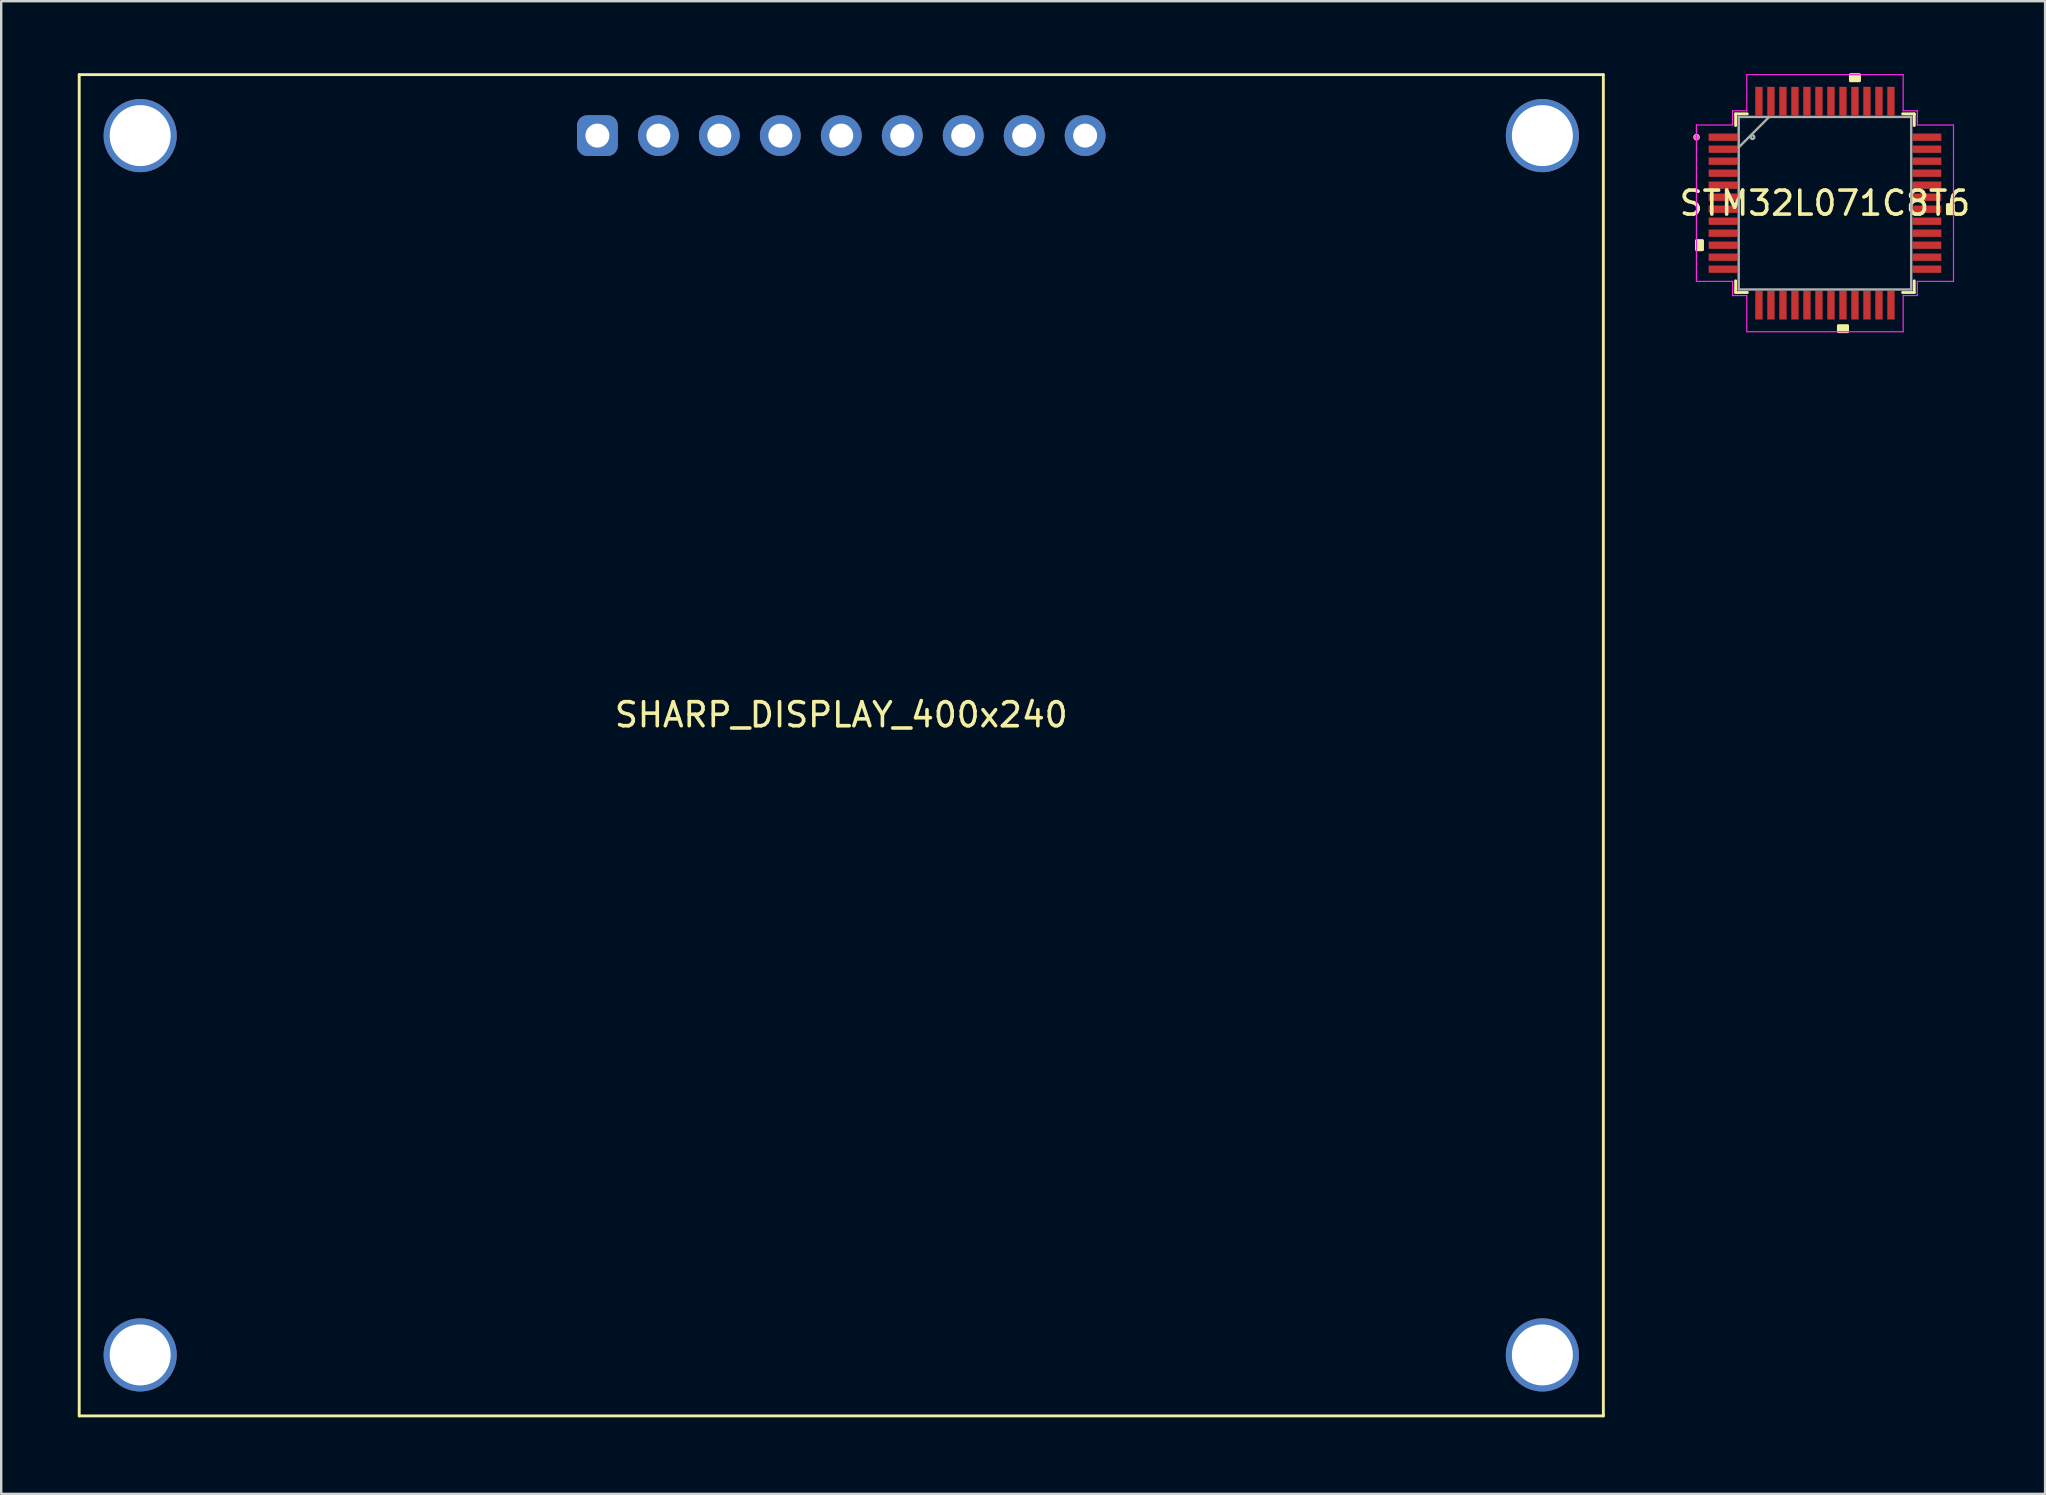
<source format=kicad_pcb>
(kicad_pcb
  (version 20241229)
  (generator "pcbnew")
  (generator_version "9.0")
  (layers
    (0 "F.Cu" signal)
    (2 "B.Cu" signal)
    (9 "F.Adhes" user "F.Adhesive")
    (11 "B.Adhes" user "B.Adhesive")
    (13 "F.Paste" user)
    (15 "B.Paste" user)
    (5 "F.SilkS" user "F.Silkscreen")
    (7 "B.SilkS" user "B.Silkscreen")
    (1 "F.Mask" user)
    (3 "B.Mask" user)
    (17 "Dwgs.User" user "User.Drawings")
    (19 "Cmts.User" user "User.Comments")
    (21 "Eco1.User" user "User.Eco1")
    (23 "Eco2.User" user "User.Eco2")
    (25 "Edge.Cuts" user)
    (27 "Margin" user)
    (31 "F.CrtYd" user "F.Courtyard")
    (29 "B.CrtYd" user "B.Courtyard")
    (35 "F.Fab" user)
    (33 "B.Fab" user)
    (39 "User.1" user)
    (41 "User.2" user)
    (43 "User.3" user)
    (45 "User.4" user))
  (footprint "STM32L071C8T6"
    (layer "F.Cu")
    (at 72.983 5.415)
    (property "Reference" "STM32L071C8T6" (at 0 0 0) (layer "F.SilkS") (effects (font (size 1 1) (thickness 0.15))))
    (attr through_hole)
    (fp_line (start -3.721 -3.721) (end -3.721 -3.235) (stroke (width 0.12) (type solid)) (layer "F.SilkS"))
    (fp_line (start -3.721 3.235) (end -3.721 3.721) (stroke (width 0.12) (type solid)) (layer "F.SilkS"))
    (fp_line (start -3.721 3.721) (end -3.235 3.721) (stroke (width 0.12) (type solid)) (layer "F.SilkS"))
    (fp_line (start -3.235 -3.721) (end -3.721 -3.721) (stroke (width 0.12) (type solid)) (layer "F.SilkS"))
    (fp_line (start 3.235 3.721) (end 3.721 3.721) (stroke (width 0.12) (type solid)) (layer "F.SilkS"))
    (fp_line (start 3.721 -3.721) (end 3.235 -3.721) (stroke (width 0.12) (type solid)) (layer "F.SilkS"))
    (fp_line (start 3.721 -3.235) (end 3.721 -3.721) (stroke (width 0.12) (type solid)) (layer "F.SilkS"))
    (fp_line (start 3.721 3.721) (end 3.721 3.235) (stroke (width 0.12) (type solid)) (layer "F.SilkS"))
    (fp_circle (center -5.351 -2.75) (end -5.275 -2.75) (stroke (width 0.12) (type solid)) (fill no) (layer "F.SilkS"))
    (fp_poly (pts (xy -5.355 1.559) (xy -5.355 1.94) (xy -5.101 1.94) (xy -5.101 1.559)) (stroke (width 0.12) (type solid)) (fill yes) (layer "F.SilkS"))
    (fp_poly (pts (xy 0.56 5.101) (xy 0.56 5.355) (xy 0.941 5.355) (xy 0.941 5.101)) (stroke (width 0.12) (type solid)) (fill yes) (layer "F.SilkS"))
    (fp_poly (pts (xy 1.06 -5.101) (xy 1.06 -5.355) (xy 1.44 -5.355) (xy 1.44 -5.101)) (stroke (width 0.12) (type solid)) (fill yes) (layer "F.SilkS"))
    (fp_poly (pts (xy 5.355 0.059) (xy 5.355 0.441) (xy 5.101 0.441) (xy 5.101 0.059)) (stroke (width 0.12) (type solid)) (fill yes) (layer "F.SilkS"))
    (fp_line (start -5.355 -3.258) (end -3.848 -3.258) (stroke (width 0.05) (type solid)) (layer "F.CrtYd"))
    (fp_line (start -5.355 3.258) (end -5.355 -3.258) (stroke (width 0.05) (type solid)) (layer "F.CrtYd"))
    (fp_line (start -3.848 -3.848) (end -3.258 -3.848) (stroke (width 0.05) (type solid)) (layer "F.CrtYd"))
    (fp_line (start -3.848 -3.258) (end -3.848 -3.848) (stroke (width 0.05) (type solid)) (layer "F.CrtYd"))
    (fp_line (start -3.848 3.258) (end -5.355 3.258) (stroke (width 0.05) (type solid)) (layer "F.CrtYd"))
    (fp_line (start -3.848 3.848) (end -3.848 3.258) (stroke (width 0.05) (type solid)) (layer "F.CrtYd"))
    (fp_line (start -3.258 -5.355) (end 3.258 -5.355) (stroke (width 0.05) (type solid)) (layer "F.CrtYd"))
    (fp_line (start -3.258 -3.848) (end -3.258 -5.355) (stroke (width 0.05) (type solid)) (layer "F.CrtYd"))
    (fp_line (start -3.258 3.848) (end -3.848 3.848) (stroke (width 0.05) (type solid)) (layer "F.CrtYd"))
    (fp_line (start -3.258 5.355) (end -3.258 3.848) (stroke (width 0.05) (type solid)) (layer "F.CrtYd"))
    (fp_line (start 3.258 -5.355) (end 3.258 -3.848) (stroke (width 0.05) (type solid)) (layer "F.CrtYd"))
    (fp_line (start 3.258 -3.848) (end 3.848 -3.848) (stroke (width 0.05) (type solid)) (layer "F.CrtYd"))
    (fp_line (start 3.258 3.848) (end 3.258 5.355) (stroke (width 0.05) (type solid)) (layer "F.CrtYd"))
    (fp_line (start 3.258 5.355) (end -3.258 5.355) (stroke (width 0.05) (type solid)) (layer "F.CrtYd"))
    (fp_line (start 3.848 -3.848) (end 3.848 -3.258) (stroke (width 0.05) (type solid)) (layer "F.CrtYd"))
    (fp_line (start 3.848 -3.258) (end 5.355 -3.258) (stroke (width 0.05) (type solid)) (layer "F.CrtYd"))
    (fp_line (start 3.848 3.258) (end 3.848 3.848) (stroke (width 0.05) (type solid)) (layer "F.CrtYd"))
    (fp_line (start 3.848 3.848) (end 3.258 3.848) (stroke (width 0.05) (type solid)) (layer "F.CrtYd"))
    (fp_line (start 5.355 -3.258) (end 5.355 3.258) (stroke (width 0.05) (type solid)) (layer "F.CrtYd"))
    (fp_line (start 5.355 3.258) (end 3.848 3.258) (stroke (width 0.05) (type solid)) (layer "F.CrtYd"))
    (fp_circle (center -5.351 -2.75) (end -5.275 -2.75) (stroke (width 0.05) (type solid)) (fill no) (layer "F.CrtYd"))
    (fp_line (start -3.594 -3.594) (end -3.594 3.594) (stroke (width 0.1) (type solid)) (layer "F.Fab"))
    (fp_line (start -3.594 -2.324) (end -2.324 -3.594) (stroke (width 0.1) (type solid)) (layer "F.Fab"))
    (fp_line (start -3.594 3.594) (end 3.594 3.594) (stroke (width 0.1) (type solid)) (layer "F.Fab"))
    (fp_line (start 3.594 -3.594) (end -3.594 -3.594) (stroke (width 0.1) (type solid)) (layer "F.Fab"))
    (fp_line (start 3.594 3.594) (end 3.594 -3.594) (stroke (width 0.1) (type solid)) (layer "F.Fab"))
    (fp_circle (center -3.018 -2.75) (end -2.942 -2.75) (stroke (width 0.1) (type solid)) (fill no) (layer "F.Fab"))
    (pad "1" smd rect (at -4.25 -2.75) (size 1.194 0.305) (layers "F.Cu" "F.Mask" "F.Paste"))
    (pad "2" smd rect (at -4.25 -2.25) (size 1.194 0.305) (layers "F.Cu" "F.Mask" "F.Paste"))
    (pad "3" smd rect (at -4.25 -1.75) (size 1.194 0.305) (layers "F.Cu" "F.Mask" "F.Paste"))
    (pad "4" smd rect (at -4.25 -1.25) (size 1.194 0.305) (layers "F.Cu" "F.Mask" "F.Paste"))
    (pad "5" smd rect (at -4.25 -0.75) (size 1.194 0.305) (layers "F.Cu" "F.Mask" "F.Paste"))
    (pad "6" smd rect (at -4.25 -0.25) (size 1.194 0.305) (layers "F.Cu" "F.Mask" "F.Paste"))
    (pad "7" smd rect (at -4.25 0.25) (size 1.194 0.305) (layers "F.Cu" "F.Mask" "F.Paste"))
    (pad "8" smd rect (at -4.25 0.75) (size 1.194 0.305) (layers "F.Cu" "F.Mask" "F.Paste"))
    (pad "9" smd rect (at -4.25 1.25) (size 1.194 0.305) (layers "F.Cu" "F.Mask" "F.Paste"))
    (pad "10" smd rect (at -4.25 1.75) (size 1.194 0.305) (layers "F.Cu" "F.Mask" "F.Paste"))
    (pad "11" smd rect (at -4.25 2.25) (size 1.194 0.305) (layers "F.Cu" "F.Mask" "F.Paste"))
    (pad "12" smd rect (at -4.25 2.75) (size 1.194 0.305) (layers "F.Cu" "F.Mask" "F.Paste"))
    (pad "13" smd rect (at -2.75 4.25 90) (size 1.194 0.305) (layers "F.Cu" "F.Mask" "F.Paste"))
    (pad "14" smd rect (at -2.25 4.25 90) (size 1.194 0.305) (layers "F.Cu" "F.Mask" "F.Paste"))
    (pad "15" smd rect (at -1.75 4.25 90) (size 1.194 0.305) (layers "F.Cu" "F.Mask" "F.Paste"))
    (pad "16" smd rect (at -1.25 4.25 90) (size 1.194 0.305) (layers "F.Cu" "F.Mask" "F.Paste"))
    (pad "17" smd rect (at -0.75 4.25 90) (size 1.194 0.305) (layers "F.Cu" "F.Mask" "F.Paste"))
    (pad "18" smd rect (at -0.25 4.25 90) (size 1.194 0.305) (layers "F.Cu" "F.Mask" "F.Paste"))
    (pad "19" smd rect (at 0.25 4.25 90) (size 1.194 0.305) (layers "F.Cu" "F.Mask" "F.Paste"))
    (pad "20" smd rect (at 0.75 4.25 90) (size 1.194 0.305) (layers "F.Cu" "F.Mask" "F.Paste"))
    (pad "21" smd rect (at 1.25 4.25 90) (size 1.194 0.305) (layers "F.Cu" "F.Mask" "F.Paste"))
    (pad "22" smd rect (at 1.75 4.25 90) (size 1.194 0.305) (layers "F.Cu" "F.Mask" "F.Paste"))
    (pad "23" smd rect (at 2.25 4.25 90) (size 1.194 0.305) (layers "F.Cu" "F.Mask" "F.Paste"))
    (pad "24" smd rect (at 2.75 4.25 90) (size 1.194 0.305) (layers "F.Cu" "F.Mask" "F.Paste"))
    (pad "25" smd rect (at 4.25 2.75) (size 1.194 0.305) (layers "F.Cu" "F.Mask" "F.Paste"))
    (pad "26" smd rect (at 4.25 2.25) (size 1.194 0.305) (layers "F.Cu" "F.Mask" "F.Paste"))
    (pad "27" smd rect (at 4.25 1.75) (size 1.194 0.305) (layers "F.Cu" "F.Mask" "F.Paste"))
    (pad "28" smd rect (at 4.25 1.25) (size 1.194 0.305) (layers "F.Cu" "F.Mask" "F.Paste"))
    (pad "29" smd rect (at 4.25 0.75) (size 1.194 0.305) (layers "F.Cu" "F.Mask" "F.Paste"))
    (pad "30" smd rect (at 4.25 0.25) (size 1.194 0.305) (layers "F.Cu" "F.Mask" "F.Paste"))
    (pad "31" smd rect (at 4.25 -0.25) (size 1.194 0.305) (layers "F.Cu" "F.Mask" "F.Paste"))
    (pad "32" smd rect (at 4.25 -0.75) (size 1.194 0.305) (layers "F.Cu" "F.Mask" "F.Paste"))
    (pad "33" smd rect (at 4.25 -1.25) (size 1.194 0.305) (layers "F.Cu" "F.Mask" "F.Paste"))
    (pad "34" smd rect (at 4.25 -1.75) (size 1.194 0.305) (layers "F.Cu" "F.Mask" "F.Paste"))
    (pad "35" smd rect (at 4.25 -2.25) (size 1.194 0.305) (layers "F.Cu" "F.Mask" "F.Paste"))
    (pad "36" smd rect (at 4.25 -2.75) (size 1.194 0.305) (layers "F.Cu" "F.Mask" "F.Paste"))
    (pad "37" smd rect (at 2.75 -4.25 90) (size 1.194 0.305) (layers "F.Cu" "F.Mask" "F.Paste"))
    (pad "38" smd rect (at 2.25 -4.25 90) (size 1.194 0.305) (layers "F.Cu" "F.Mask" "F.Paste"))
    (pad "39" smd rect (at 1.75 -4.25 90) (size 1.194 0.305) (layers "F.Cu" "F.Mask" "F.Paste"))
    (pad "40" smd rect (at 1.25 -4.25 90) (size 1.194 0.305) (layers "F.Cu" "F.Mask" "F.Paste"))
    (pad "41" smd rect (at 0.75 -4.25 90) (size 1.194 0.305) (layers "F.Cu" "F.Mask" "F.Paste"))
    (pad "42" smd rect (at 0.25 -4.25 90) (size 1.194 0.305) (layers "F.Cu" "F.Mask" "F.Paste"))
    (pad "43" smd rect (at -0.25 -4.25 90) (size 1.194 0.305) (layers "F.Cu" "F.Mask" "F.Paste"))
    (pad "44" smd rect (at -0.75 -4.25 90) (size 1.194 0.305) (layers "F.Cu" "F.Mask" "F.Paste"))
    (pad "45" smd rect (at -1.25 -4.25 90) (size 1.194 0.305) (layers "F.Cu" "F.Mask" "F.Paste"))
    (pad "46" smd rect (at -1.75 -4.25 90) (size 1.194 0.305) (layers "F.Cu" "F.Mask" "F.Paste"))
    (pad "47" smd rect (at -2.25 -4.25 90) (size 1.194 0.305) (layers "F.Cu" "F.Mask" "F.Paste"))
    (pad "48" smd rect (at -2.75 -4.25 90) (size 1.194 0.305) (layers "F.Cu" "F.Mask" "F.Paste")))
  (footprint "SHARP_DISPLAY_400x240"
    (layer "F.Cu")
    (at 0.25 55.94)
    (property "Reference" "SHARP_DISPLAY_400x240" (at 31.75 -29.21 0) (layer "F.SilkS") (effects (font (size 1 1) (thickness 0.15))))
    (attr through_hole)
    (fp_line (start 0 0) (end 0 -55.88) (stroke (width 0.12) (type solid)) (layer "F.SilkS"))
    (fp_line (start 0 0) (end 63.5 0) (stroke (width 0.12) (type solid)) (layer "F.SilkS"))
    (fp_line (start 63.5 -55.88) (end 0 -55.88) (stroke (width 0.12) (type solid)) (layer "F.SilkS"))
    (fp_line (start 63.5 -55.88) (end 63.5 0) (stroke (width 0.12) (type solid)) (layer "F.SilkS"))
    (pad "" np_thru_hole circle (at 2.54 -53.34) (size 3.048 3.048) (drill 2.54) (layers "*.Cu" "*.Mask"))
    (pad "" np_thru_hole circle (at 2.54 -2.54) (size 3.048 3.048) (drill 2.54) (layers "*.Cu" "*.Mask"))
    (pad "" np_thru_hole circle (at 60.96 -53.34) (size 3.048 3.048) (drill 2.54) (layers "*.Cu" "*.Mask"))
    (pad "" np_thru_hole circle (at 60.96 -2.54) (size 3.048 3.048) (drill 2.54) (layers "*.Cu" "*.Mask"))
    (pad "1" thru_hole roundrect (at 21.59 -53.34) (size 1.7 1.7) (drill 1) (layers "*.Cu" "*.Mask") (roundrect_rratio 0.25))
    (pad "2" thru_hole circle (at 24.13 -53.34) (size 1.7 1.7) (drill 1) (layers "*.Cu" "*.Mask"))
    (pad "3" thru_hole circle (at 26.67 -53.34) (size 1.7 1.7) (drill 1) (layers "*.Cu" "*.Mask"))
    (pad "4" thru_hole circle (at 29.21 -53.34) (size 1.7 1.7) (drill 1) (layers "*.Cu" "*.Mask"))
    (pad "5" thru_hole circle (at 31.75 -53.34) (size 1.7 1.7) (drill 1) (layers "*.Cu" "*.Mask"))
    (pad "6" thru_hole circle (at 34.29 -53.34) (size 1.7 1.7) (drill 1) (layers "*.Cu" "*.Mask"))
    (pad "7" thru_hole circle (at 36.83 -53.34) (size 1.7 1.7) (drill 1) (layers "*.Cu" "*.Mask"))
    (pad "8" thru_hole circle (at 39.37 -53.34) (size 1.7 1.7) (drill 1) (layers "*.Cu" "*.Mask"))
    (pad "9" thru_hole circle (at 41.91 -53.34) (size 1.7 1.7) (drill 1) (layers "*.Cu" "*.Mask")))
  (gr_rect
    (start -3 -3)
    (end 82.155 59.19)
    (stroke (width 0.1) (type default))
    (fill no)
    (layer "Edge.Cuts")))
</source>
